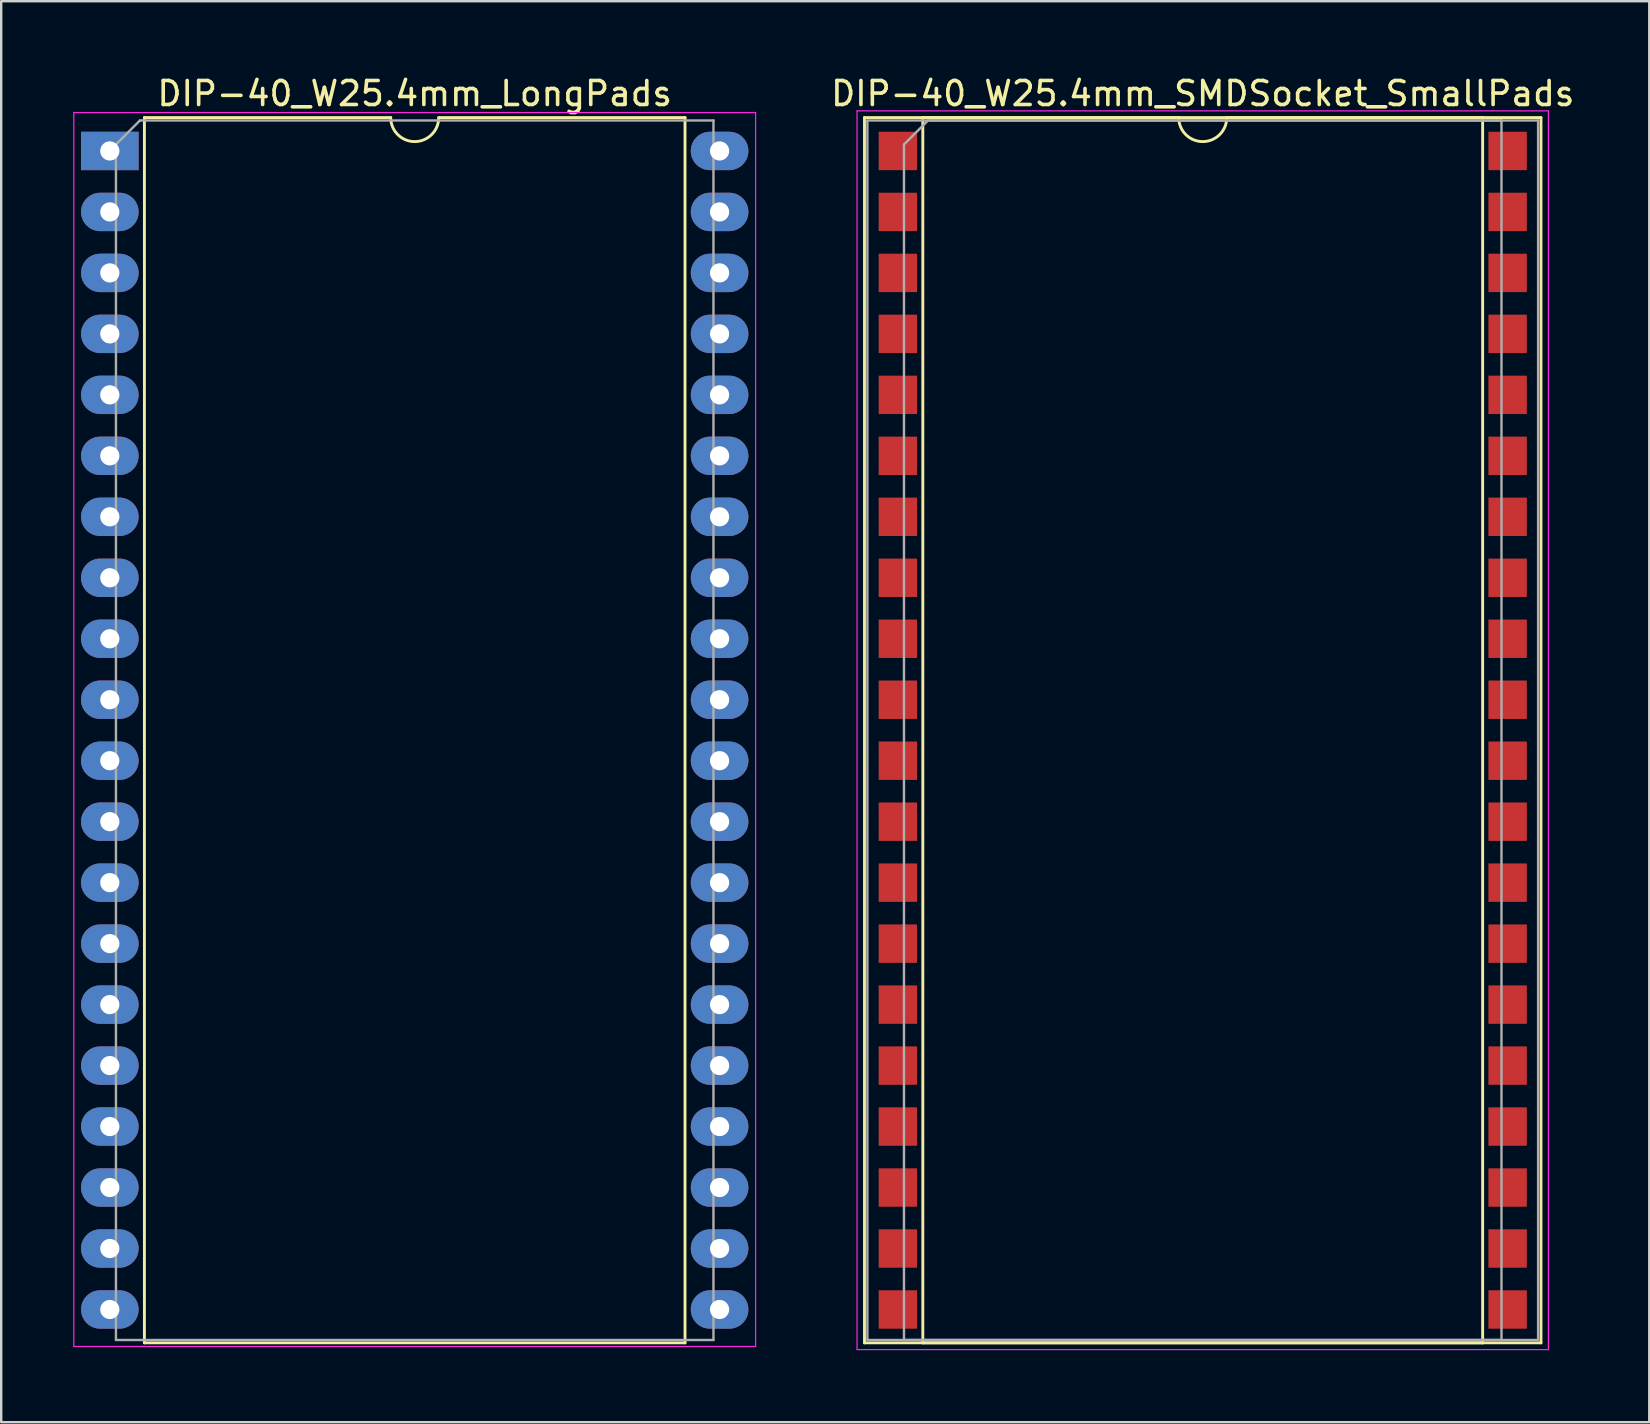
<source format=kicad_pcb>
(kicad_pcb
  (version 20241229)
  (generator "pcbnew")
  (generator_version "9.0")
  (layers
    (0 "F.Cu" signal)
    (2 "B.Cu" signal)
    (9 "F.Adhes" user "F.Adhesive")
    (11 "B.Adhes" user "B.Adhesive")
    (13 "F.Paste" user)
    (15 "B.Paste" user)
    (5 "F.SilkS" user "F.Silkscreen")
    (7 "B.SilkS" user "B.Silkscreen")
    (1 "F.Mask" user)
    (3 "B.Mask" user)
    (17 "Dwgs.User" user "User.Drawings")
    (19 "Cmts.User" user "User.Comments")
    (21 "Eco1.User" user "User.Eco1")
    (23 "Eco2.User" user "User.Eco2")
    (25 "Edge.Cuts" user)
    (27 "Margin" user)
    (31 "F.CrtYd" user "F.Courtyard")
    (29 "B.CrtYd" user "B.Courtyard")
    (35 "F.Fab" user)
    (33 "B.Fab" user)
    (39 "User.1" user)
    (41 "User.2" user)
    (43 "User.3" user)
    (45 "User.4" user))
  (footprint "DIP-40_W25.4mm_SMDSocket_SmallPads"
    (layer "F.Cu")
    (at 47.051 27.368)
    (property "Reference" "DIP-40_W25.4mm_SMDSocket_SmallPads" (at 0 -26.52 0) (layer "F.SilkS") (effects (font (size 1 1) (thickness 0.15))))
    (attr smd)
    (fp_line (start -14.09 -25.52) (end -14.09 25.52) (stroke (width 0.12) (type solid)) (layer "F.SilkS"))
    (fp_line (start -14.09 25.52) (end 14.09 25.52) (stroke (width 0.12) (type solid)) (layer "F.SilkS"))
    (fp_line (start -11.66 -25.52) (end -11.66 25.52) (stroke (width 0.12) (type solid)) (layer "F.SilkS"))
    (fp_line (start -11.66 25.52) (end 11.66 25.52) (stroke (width 0.12) (type solid)) (layer "F.SilkS"))
    (fp_line (start -1 -25.52) (end -11.66 -25.52) (stroke (width 0.12) (type solid)) (layer "F.SilkS"))
    (fp_line (start 11.66 -25.52) (end 1 -25.52) (stroke (width 0.12) (type solid)) (layer "F.SilkS"))
    (fp_line (start 11.66 25.52) (end 11.66 -25.52) (stroke (width 0.12) (type solid)) (layer "F.SilkS"))
    (fp_line (start 14.09 -25.52) (end -14.09 -25.52) (stroke (width 0.12) (type solid)) (layer "F.SilkS"))
    (fp_line (start 14.09 25.52) (end 14.09 -25.52) (stroke (width 0.12) (type solid)) (layer "F.SilkS"))
    (fp_arc (start 1 -25.52) (mid 0 -24.52) (end -1 -25.52) (stroke (width 0.12) (type solid)) (layer "F.SilkS"))
    (fp_line (start -14.4 -25.8) (end -14.4 25.8) (stroke (width 0.05) (type solid)) (layer "F.CrtYd"))
    (fp_line (start -14.4 25.8) (end 14.4 25.8) (stroke (width 0.05) (type solid)) (layer "F.CrtYd"))
    (fp_line (start 14.4 -25.8) (end -14.4 -25.8) (stroke (width 0.05) (type solid)) (layer "F.CrtYd"))
    (fp_line (start 14.4 25.8) (end 14.4 -25.8) (stroke (width 0.05) (type solid)) (layer "F.CrtYd"))
    (fp_line (start -13.97 -25.4) (end -13.97 25.4) (stroke (width 0.1) (type solid)) (layer "F.Fab"))
    (fp_line (start -13.97 25.4) (end 13.97 25.4) (stroke (width 0.1) (type solid)) (layer "F.Fab"))
    (fp_line (start -12.445 -24.4) (end -11.445 -25.4) (stroke (width 0.1) (type solid)) (layer "F.Fab"))
    (fp_line (start -12.445 25.4) (end -12.445 -24.4) (stroke (width 0.1) (type solid)) (layer "F.Fab"))
    (fp_line (start -11.445 -25.4) (end 12.445 -25.4) (stroke (width 0.1) (type solid)) (layer "F.Fab"))
    (fp_line (start 12.445 -25.4) (end 12.445 25.4) (stroke (width 0.1) (type solid)) (layer "F.Fab"))
    (fp_line (start 12.445 25.4) (end -12.445 25.4) (stroke (width 0.1) (type solid)) (layer "F.Fab"))
    (fp_line (start 13.97 -25.4) (end -13.97 -25.4) (stroke (width 0.1) (type solid)) (layer "F.Fab"))
    (fp_line (start 13.97 25.4) (end 13.97 -25.4) (stroke (width 0.1) (type solid)) (layer "F.Fab"))
    (pad "1" smd rect (at -12.7 -24.13) (size 1.6 1.6) (layers "F.Cu" "F.Mask"))
    (pad "2" smd rect (at -12.7 -21.59) (size 1.6 1.6) (layers "F.Cu" "F.Mask"))
    (pad "3" smd rect (at -12.7 -19.05) (size 1.6 1.6) (layers "F.Cu" "F.Mask"))
    (pad "4" smd rect (at -12.7 -16.51) (size 1.6 1.6) (layers "F.Cu" "F.Mask"))
    (pad "5" smd rect (at -12.7 -13.97) (size 1.6 1.6) (layers "F.Cu" "F.Mask"))
    (pad "6" smd rect (at -12.7 -11.43) (size 1.6 1.6) (layers "F.Cu" "F.Mask"))
    (pad "7" smd rect (at -12.7 -8.89) (size 1.6 1.6) (layers "F.Cu" "F.Mask"))
    (pad "8" smd rect (at -12.7 -6.35) (size 1.6 1.6) (layers "F.Cu" "F.Mask"))
    (pad "9" smd rect (at -12.7 -3.81) (size 1.6 1.6) (layers "F.Cu" "F.Mask"))
    (pad "10" smd rect (at -12.7 -1.27) (size 1.6 1.6) (layers "F.Cu" "F.Mask"))
    (pad "11" smd rect (at -12.7 1.27) (size 1.6 1.6) (layers "F.Cu" "F.Mask"))
    (pad "12" smd rect (at -12.7 3.81) (size 1.6 1.6) (layers "F.Cu" "F.Mask"))
    (pad "13" smd rect (at -12.7 6.35) (size 1.6 1.6) (layers "F.Cu" "F.Mask"))
    (pad "14" smd rect (at -12.7 8.89) (size 1.6 1.6) (layers "F.Cu" "F.Mask"))
    (pad "15" smd rect (at -12.7 11.43) (size 1.6 1.6) (layers "F.Cu" "F.Mask"))
    (pad "16" smd rect (at -12.7 13.97) (size 1.6 1.6) (layers "F.Cu" "F.Mask"))
    (pad "17" smd rect (at -12.7 16.51) (size 1.6 1.6) (layers "F.Cu" "F.Mask"))
    (pad "18" smd rect (at -12.7 19.05) (size 1.6 1.6) (layers "F.Cu" "F.Mask"))
    (pad "19" smd rect (at -12.7 21.59) (size 1.6 1.6) (layers "F.Cu" "F.Mask"))
    (pad "20" smd rect (at -12.7 24.13) (size 1.6 1.6) (layers "F.Cu" "F.Mask"))
    (pad "21" smd rect (at 12.7 24.13) (size 1.6 1.6) (layers "F.Cu" "F.Mask"))
    (pad "22" smd rect (at 12.7 21.59) (size 1.6 1.6) (layers "F.Cu" "F.Mask"))
    (pad "23" smd rect (at 12.7 19.05) (size 1.6 1.6) (layers "F.Cu" "F.Mask"))
    (pad "24" smd rect (at 12.7 16.51) (size 1.6 1.6) (layers "F.Cu" "F.Mask"))
    (pad "25" smd rect (at 12.7 13.97) (size 1.6 1.6) (layers "F.Cu" "F.Mask"))
    (pad "26" smd rect (at 12.7 11.43) (size 1.6 1.6) (layers "F.Cu" "F.Mask"))
    (pad "27" smd rect (at 12.7 8.89) (size 1.6 1.6) (layers "F.Cu" "F.Mask"))
    (pad "28" smd rect (at 12.7 6.35) (size 1.6 1.6) (layers "F.Cu" "F.Mask"))
    (pad "29" smd rect (at 12.7 3.81) (size 1.6 1.6) (layers "F.Cu" "F.Mask"))
    (pad "30" smd rect (at 12.7 1.27) (size 1.6 1.6) (layers "F.Cu" "F.Mask"))
    (pad "31" smd rect (at 12.7 -1.27) (size 1.6 1.6) (layers "F.Cu" "F.Mask"))
    (pad "32" smd rect (at 12.7 -3.81) (size 1.6 1.6) (layers "F.Cu" "F.Mask"))
    (pad "33" smd rect (at 12.7 -6.35) (size 1.6 1.6) (layers "F.Cu" "F.Mask"))
    (pad "34" smd rect (at 12.7 -8.89) (size 1.6 1.6) (layers "F.Cu" "F.Mask"))
    (pad "35" smd rect (at 12.7 -11.43) (size 1.6 1.6) (layers "F.Cu" "F.Mask"))
    (pad "36" smd rect (at 12.7 -13.97) (size 1.6 1.6) (layers "F.Cu" "F.Mask"))
    (pad "37" smd rect (at 12.7 -16.51) (size 1.6 1.6) (layers "F.Cu" "F.Mask"))
    (pad "38" smd rect (at 12.7 -19.05) (size 1.6 1.6) (layers "F.Cu" "F.Mask"))
    (pad "39" smd rect (at 12.7 -21.59) (size 1.6 1.6) (layers "F.Cu" "F.Mask"))
    (pad "40" smd rect (at 12.7 -24.13) (size 1.6 1.6) (layers "F.Cu" "F.Mask")))
  (footprint "DIP-40_W25.4mm_LongPads"
    (layer "F.Cu")
    (at 1.525 3.238)
    (property "Reference" "DIP-40_W25.4mm_LongPads" (at 12.7 -2.39 0) (layer "F.SilkS") (effects (font (size 1 1) (thickness 0.15))))
    (attr through_hole)
    (fp_line (start 1.44 -1.39) (end 1.44 49.65) (stroke (width 0.12) (type solid)) (layer "F.SilkS"))
    (fp_line (start 1.44 49.65) (end 23.96 49.65) (stroke (width 0.12) (type solid)) (layer "F.SilkS"))
    (fp_line (start 11.7 -1.39) (end 1.44 -1.39) (stroke (width 0.12) (type solid)) (layer "F.SilkS"))
    (fp_line (start 23.96 -1.39) (end 13.7 -1.39) (stroke (width 0.12) (type solid)) (layer "F.SilkS"))
    (fp_line (start 23.96 49.65) (end 23.96 -1.39) (stroke (width 0.12) (type solid)) (layer "F.SilkS"))
    (fp_arc (start 13.7 -1.39) (mid 12.7 -0.39) (end 11.7 -1.39) (stroke (width 0.12) (type solid)) (layer "F.SilkS"))
    (fp_line (start -1.5 -1.6) (end -1.5 49.8) (stroke (width 0.05) (type solid)) (layer "F.CrtYd"))
    (fp_line (start -1.5 49.8) (end 26.9 49.8) (stroke (width 0.05) (type solid)) (layer "F.CrtYd"))
    (fp_line (start 26.9 -1.6) (end -1.5 -1.6) (stroke (width 0.05) (type solid)) (layer "F.CrtYd"))
    (fp_line (start 26.9 49.8) (end 26.9 -1.6) (stroke (width 0.05) (type solid)) (layer "F.CrtYd"))
    (fp_line (start 0.255 -0.27) (end 1.255 -1.27) (stroke (width 0.1) (type solid)) (layer "F.Fab"))
    (fp_line (start 0.255 49.53) (end 0.255 -0.27) (stroke (width 0.1) (type solid)) (layer "F.Fab"))
    (fp_line (start 1.255 -1.27) (end 25.145 -1.27) (stroke (width 0.1) (type solid)) (layer "F.Fab"))
    (fp_line (start 25.145 -1.27) (end 25.145 49.53) (stroke (width 0.1) (type solid)) (layer "F.Fab"))
    (fp_line (start 25.145 49.53) (end 0.255 49.53) (stroke (width 0.1) (type solid)) (layer "F.Fab"))
    (pad "1" thru_hole rect (at 0 0) (size 2.4 1.6) (drill 0.8) (layers "*.Cu" "*.Mask"))
    (pad "2" thru_hole oval (at 0 2.54) (size 2.4 1.6) (drill 0.8) (layers "*.Cu" "*.Mask"))
    (pad "3" thru_hole oval (at 0 5.08) (size 2.4 1.6) (drill 0.8) (layers "*.Cu" "*.Mask"))
    (pad "4" thru_hole oval (at 0 7.62) (size 2.4 1.6) (drill 0.8) (layers "*.Cu" "*.Mask"))
    (pad "5" thru_hole oval (at 0 10.16) (size 2.4 1.6) (drill 0.8) (layers "*.Cu" "*.Mask"))
    (pad "6" thru_hole oval (at 0 12.7) (size 2.4 1.6) (drill 0.8) (layers "*.Cu" "*.Mask"))
    (pad "7" thru_hole oval (at 0 15.24) (size 2.4 1.6) (drill 0.8) (layers "*.Cu" "*.Mask"))
    (pad "8" thru_hole oval (at 0 17.78) (size 2.4 1.6) (drill 0.8) (layers "*.Cu" "*.Mask"))
    (pad "9" thru_hole oval (at 0 20.32) (size 2.4 1.6) (drill 0.8) (layers "*.Cu" "*.Mask"))
    (pad "10" thru_hole oval (at 0 22.86) (size 2.4 1.6) (drill 0.8) (layers "*.Cu" "*.Mask"))
    (pad "11" thru_hole oval (at 0 25.4) (size 2.4 1.6) (drill 0.8) (layers "*.Cu" "*.Mask"))
    (pad "12" thru_hole oval (at 0 27.94) (size 2.4 1.6) (drill 0.8) (layers "*.Cu" "*.Mask"))
    (pad "13" thru_hole oval (at 0 30.48) (size 2.4 1.6) (drill 0.8) (layers "*.Cu" "*.Mask"))
    (pad "14" thru_hole oval (at 0 33.02) (size 2.4 1.6) (drill 0.8) (layers "*.Cu" "*.Mask"))
    (pad "15" thru_hole oval (at 0 35.56) (size 2.4 1.6) (drill 0.8) (layers "*.Cu" "*.Mask"))
    (pad "16" thru_hole oval (at 0 38.1) (size 2.4 1.6) (drill 0.8) (layers "*.Cu" "*.Mask"))
    (pad "17" thru_hole oval (at 0 40.64) (size 2.4 1.6) (drill 0.8) (layers "*.Cu" "*.Mask"))
    (pad "18" thru_hole oval (at 0 43.18) (size 2.4 1.6) (drill 0.8) (layers "*.Cu" "*.Mask"))
    (pad "19" thru_hole oval (at 0 45.72) (size 2.4 1.6) (drill 0.8) (layers "*.Cu" "*.Mask"))
    (pad "20" thru_hole oval (at 0 48.26) (size 2.4 1.6) (drill 0.8) (layers "*.Cu" "*.Mask"))
    (pad "21" thru_hole oval (at 25.4 48.26) (size 2.4 1.6) (drill 0.8) (layers "*.Cu" "*.Mask"))
    (pad "22" thru_hole oval (at 25.4 45.72) (size 2.4 1.6) (drill 0.8) (layers "*.Cu" "*.Mask"))
    (pad "23" thru_hole oval (at 25.4 43.18) (size 2.4 1.6) (drill 0.8) (layers "*.Cu" "*.Mask"))
    (pad "24" thru_hole oval (at 25.4 40.64) (size 2.4 1.6) (drill 0.8) (layers "*.Cu" "*.Mask"))
    (pad "25" thru_hole oval (at 25.4 38.1) (size 2.4 1.6) (drill 0.8) (layers "*.Cu" "*.Mask"))
    (pad "26" thru_hole oval (at 25.4 35.56) (size 2.4 1.6) (drill 0.8) (layers "*.Cu" "*.Mask"))
    (pad "27" thru_hole oval (at 25.4 33.02) (size 2.4 1.6) (drill 0.8) (layers "*.Cu" "*.Mask"))
    (pad "28" thru_hole oval (at 25.4 30.48) (size 2.4 1.6) (drill 0.8) (layers "*.Cu" "*.Mask"))
    (pad "29" thru_hole oval (at 25.4 27.94) (size 2.4 1.6) (drill 0.8) (layers "*.Cu" "*.Mask"))
    (pad "30" thru_hole oval (at 25.4 25.4) (size 2.4 1.6) (drill 0.8) (layers "*.Cu" "*.Mask"))
    (pad "31" thru_hole oval (at 25.4 22.86) (size 2.4 1.6) (drill 0.8) (layers "*.Cu" "*.Mask"))
    (pad "32" thru_hole oval (at 25.4 20.32) (size 2.4 1.6) (drill 0.8) (layers "*.Cu" "*.Mask"))
    (pad "33" thru_hole oval (at 25.4 17.78) (size 2.4 1.6) (drill 0.8) (layers "*.Cu" "*.Mask"))
    (pad "34" thru_hole oval (at 25.4 15.24) (size 2.4 1.6) (drill 0.8) (layers "*.Cu" "*.Mask"))
    (pad "35" thru_hole oval (at 25.4 12.7) (size 2.4 1.6) (drill 0.8) (layers "*.Cu" "*.Mask"))
    (pad "36" thru_hole oval (at 25.4 10.16) (size 2.4 1.6) (drill 0.8) (layers "*.Cu" "*.Mask"))
    (pad "37" thru_hole oval (at 25.4 7.62) (size 2.4 1.6) (drill 0.8) (layers "*.Cu" "*.Mask"))
    (pad "38" thru_hole oval (at 25.4 5.08) (size 2.4 1.6) (drill 0.8) (layers "*.Cu" "*.Mask"))
    (pad "39" thru_hole oval (at 25.4 2.54) (size 2.4 1.6) (drill 0.8) (layers "*.Cu" "*.Mask"))
    (pad "40" thru_hole oval (at 25.4 0) (size 2.4 1.6) (drill 0.8) (layers "*.Cu" "*.Mask")))
  (gr_rect
    (start -3 -3)
    (end 65.652 56.193)
    (stroke (width 0.1) (type default))
    (fill no)
    (layer "Edge.Cuts")))
</source>
